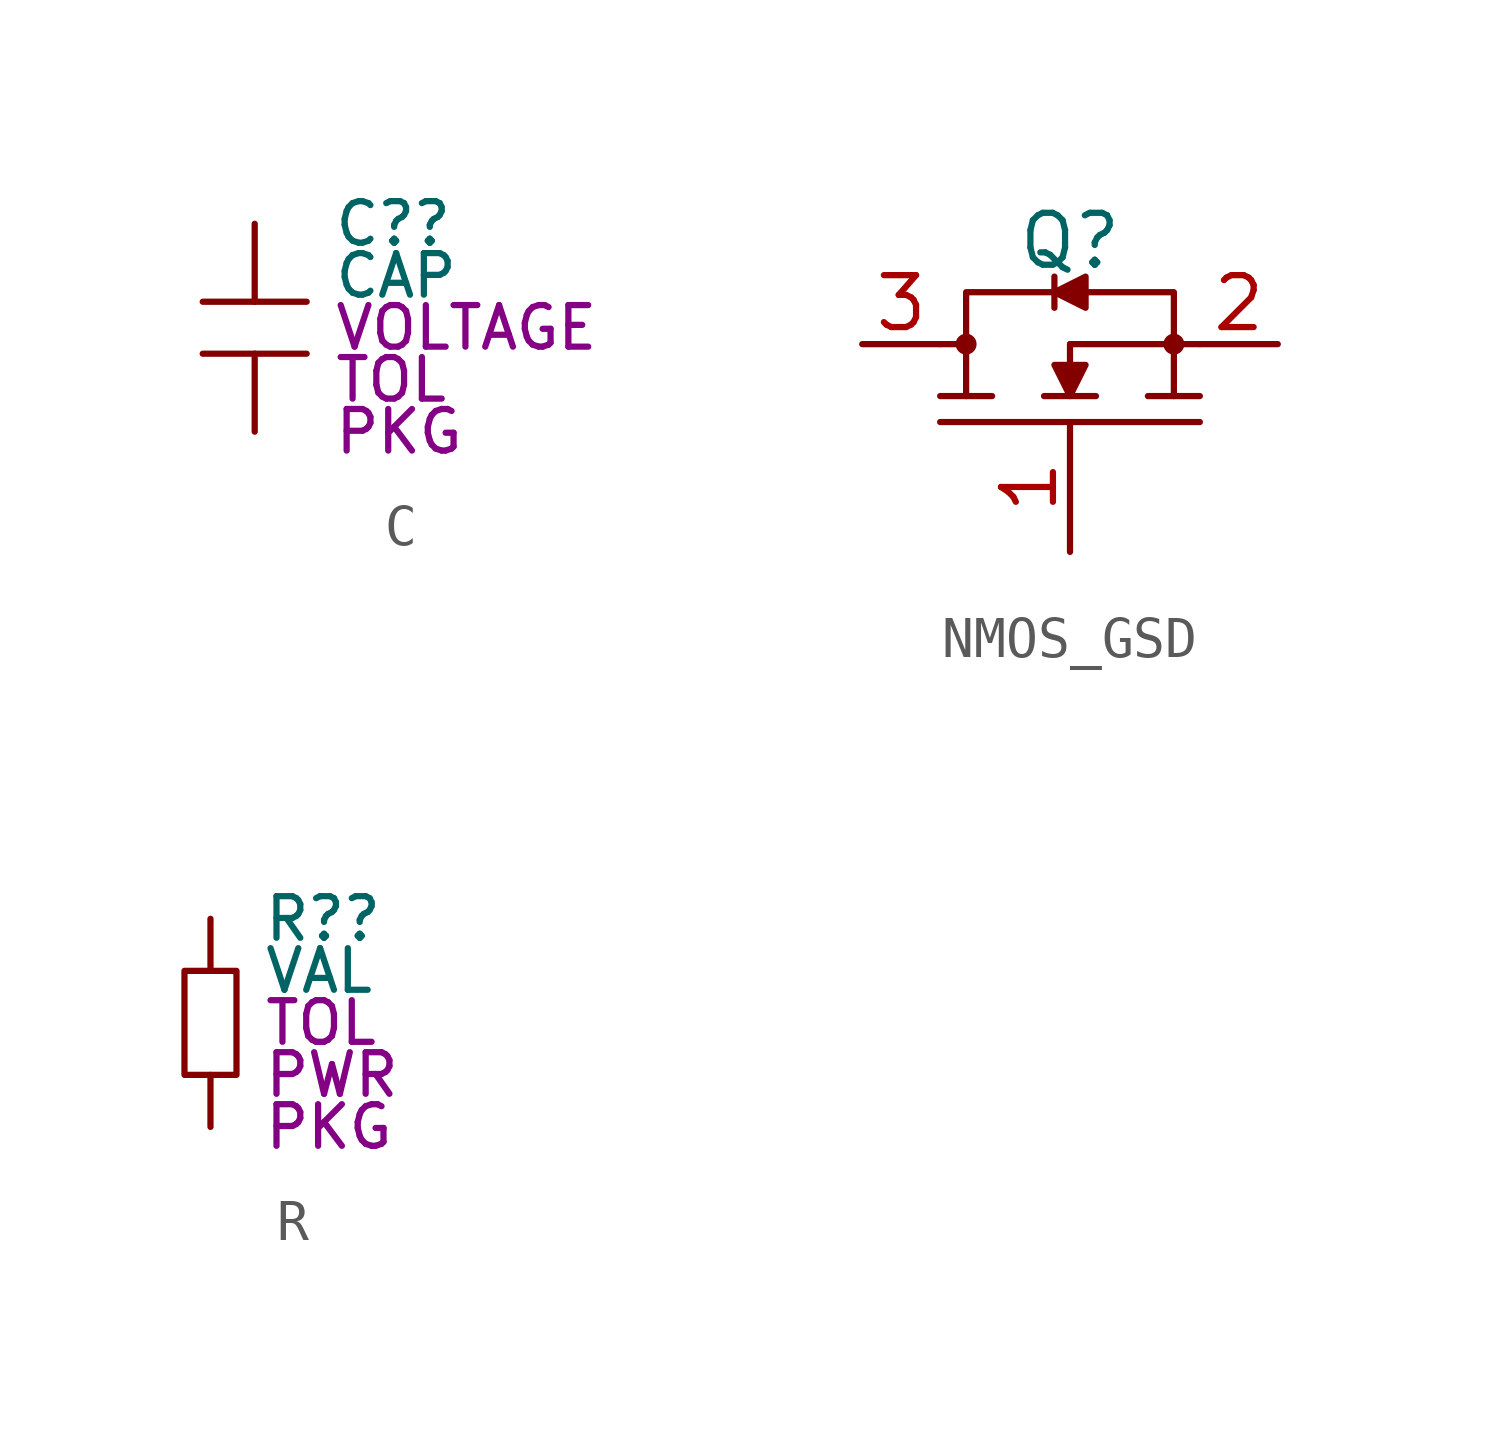
<source format=kicad_sym>
(kicad_symbol_lib
  (version 20231120)
  (generator "kicad_symbol_editor")
  (generator_version "8.0")
  (symbol "C"
    (pin_numbers hide)
    (pin_names hide)
    (property "Reference" "C?"
      (at 1.905 2.54 0)
      (do_not_autoplace)
      (effects (font (size 1.016 1.016)) (justify left)))
    (property "Value" "CAP"
      (at 1.905 1.27 0)
      (do_not_autoplace)
      (effects (font (size 1.016 1.016)) (justify left)))
    (property "Tolerance" "TOL"
      (at 1.905 -1.27 0)
      (do_not_autoplace)
      (effects (font (size 1.016 1.016)) (justify left)))
    (property "Voltage Rating" "VOLTAGE"
      (at 1.905 0 0)
      (do_not_autoplace)
      (effects (font (size 1.016 1.016)) (justify left)))
    (property "Package" "PKG"
      (at 1.905 -2.54 0)
      (do_not_autoplace)
      (effects (font (size 1.016 1.016)) (justify left)))
    (symbol "C_0_1"
      (polyline (pts (xy -1.27 -0.635) (xy 1.27 -0.635)) (stroke (width 0) (type default)) (fill (type none)))
      (polyline (pts (xy -1.27 0.635) (xy 1.27 0.635)) (stroke (width 0) (type default)) (fill (type none))))
    (symbol "C_1_1"
      (pin passive line (at 0 2.54 270) (length 1.905) (name "" (effects (font (size 0 0)))) (number "1" (effects (font (size 0 0)))))
      (pin passive line (at 0 -2.54 90) (length 1.905) (name "" (effects (font (size 0 0)))) (number "2" (effects (font (size 0 0)))))))
  (symbol "NMOS_GSD"
    (pin_names hide)
    (property "Reference" "Q"
      (at 0 1.778 0)
      (effects (font (size 1.27 1.27)) (justify bottom)))
    (property "Value" ""
      (at 0 2.54 90)
      (effects (font (size 1.27 1.27)) (justify left)))
    (symbol "NMOS_GSD_0_1"
      (polyline (pts (xy -3.175 -1.27) (xy -1.905 -1.27)) (stroke (width 0) (type default)) (fill (type none)))
      (polyline (pts (xy -0.635 -1.27) (xy 0.635 -1.27)) (stroke (width 0) (type default)) (fill (type none)))
      (polyline (pts (xy 0 0) (xy 0 -0.508)) (stroke (width 0) (type default)) (fill (type none)))
      (polyline (pts (xy 1.905 -1.27) (xy 3.175 -1.27)) (stroke (width 0) (type default)) (fill (type none)))
      (polyline (pts (xy -2.54 -1.27) (xy -2.54 0) (xy -3.175 0)) (stroke (width 0) (type default)) (fill (type none)))
      (polyline (pts (xy 2.54 -1.27) (xy 2.54 0) (xy 3.175 0)) (stroke (width 0) (type default)) (fill (type none))))
    (symbol "NMOS_GSD_1_0"
      (pin passive line (at 0 -5.08 90) (length 3.175) (name "" (effects (font (size 1.27 1.27)))) (number "1" (effects (font (size 1.27 1.27)))))
      (pin passive line (at 5.08 0 180) (length 1.905) (name "" (effects (font (size 1.27 1.27)))) (number "2" (effects (font (size 1.27 1.27)))))
      (pin passive line (at -5.08 0 0) (length 1.905) (name "" (effects (font (size 1.27 1.27)))) (number "3" (effects (font (size 1.27 1.27))))))
    (symbol "NMOS_GSD_1_1"
      (circle (center -2.54 0) (radius 0.18) (stroke (width 0) (type default)) (fill (type outline)))
      (polyline (pts (xy -3.175 -1.905) (xy 3.175 -1.905)) (stroke (width 0) (type default)) (fill (type none)))
      (polyline (pts (xy -0.381 1.651) (xy -0.381 0.889)) (stroke (width 0) (type default)) (fill (type none)))
      (polyline (pts (xy 0 0) (xy 2.54 0)) (stroke (width 0) (type default)) (fill (type none)))
      (polyline (pts (xy -2.54 0) (xy -2.54 1.27) (xy -0.381 1.27)) (stroke (width 0) (type default)) (fill (type none)))
      (polyline (pts (xy 0.381 1.27) (xy 2.54 1.27) (xy 2.54 0)) (stroke (width 0) (type default)) (fill (type none)))
      (polyline (pts (xy -0.381 1.27) (xy 0.381 0.889) (xy 0.381 1.651) (xy -0.381 1.27)) (stroke (width 0) (type default)) (fill (type outline)))
      (polyline (pts (xy 0 -1.27) (xy 0.381 -0.508) (xy -0.381 -0.508) (xy 0 -1.27)) (stroke (width 0) (type default)) (fill (type outline)))
      (circle (center 2.54 0) (radius 0.18) (stroke (width 0) (type default)) (fill (type outline)))))
  (symbol "R"
    (property "Reference" "R?"
      (at 1.27 2.54 0)
      (do_not_autoplace)
      (effects (font (size 1.016 1.016)) (justify left)))
    (property "Value" "VAL"
      (at 1.27 1.27 0)
      (do_not_autoplace)
      (effects (font (size 1.016 1.016)) (justify left)))
    (property "Tolerance" "TOL"
      (at 1.27 0 0)
      (do_not_autoplace)
      (effects (font (size 1.016 1.016)) (justify left)))
    (property "Power Rating" "PWR"
      (at 1.27 -1.27 0)
      (do_not_autoplace)
      (effects (font (size 1.016 1.016)) (justify left)))
    (property "Package" "PKG"
      (at 1.27 -2.54 0)
      (do_not_autoplace)
      (effects (font (size 1.016 1.016)) (justify left)))
    (symbol "R_0_1"
      (polyline (pts (xy -0.635 1.27) (xy -0.635 -1.27) (xy 0.635 -1.27) (xy 0.635 1.27) (xy -0.635 1.27)) (stroke (width 0) (type default)) (fill (type none))))
    (symbol "R_1_1"
      (pin passive line (at 0 2.54 270) (length 1.27) (name "" (effects (font (size 0 0)))) (number "1" (effects (font (size 0 0)))))
      (pin passive line (at 0 -2.54 90) (length 1.27) (name "" (effects (font (size 0 0)))) (number "2" (effects (font (size 0 0))))))))
</source>
